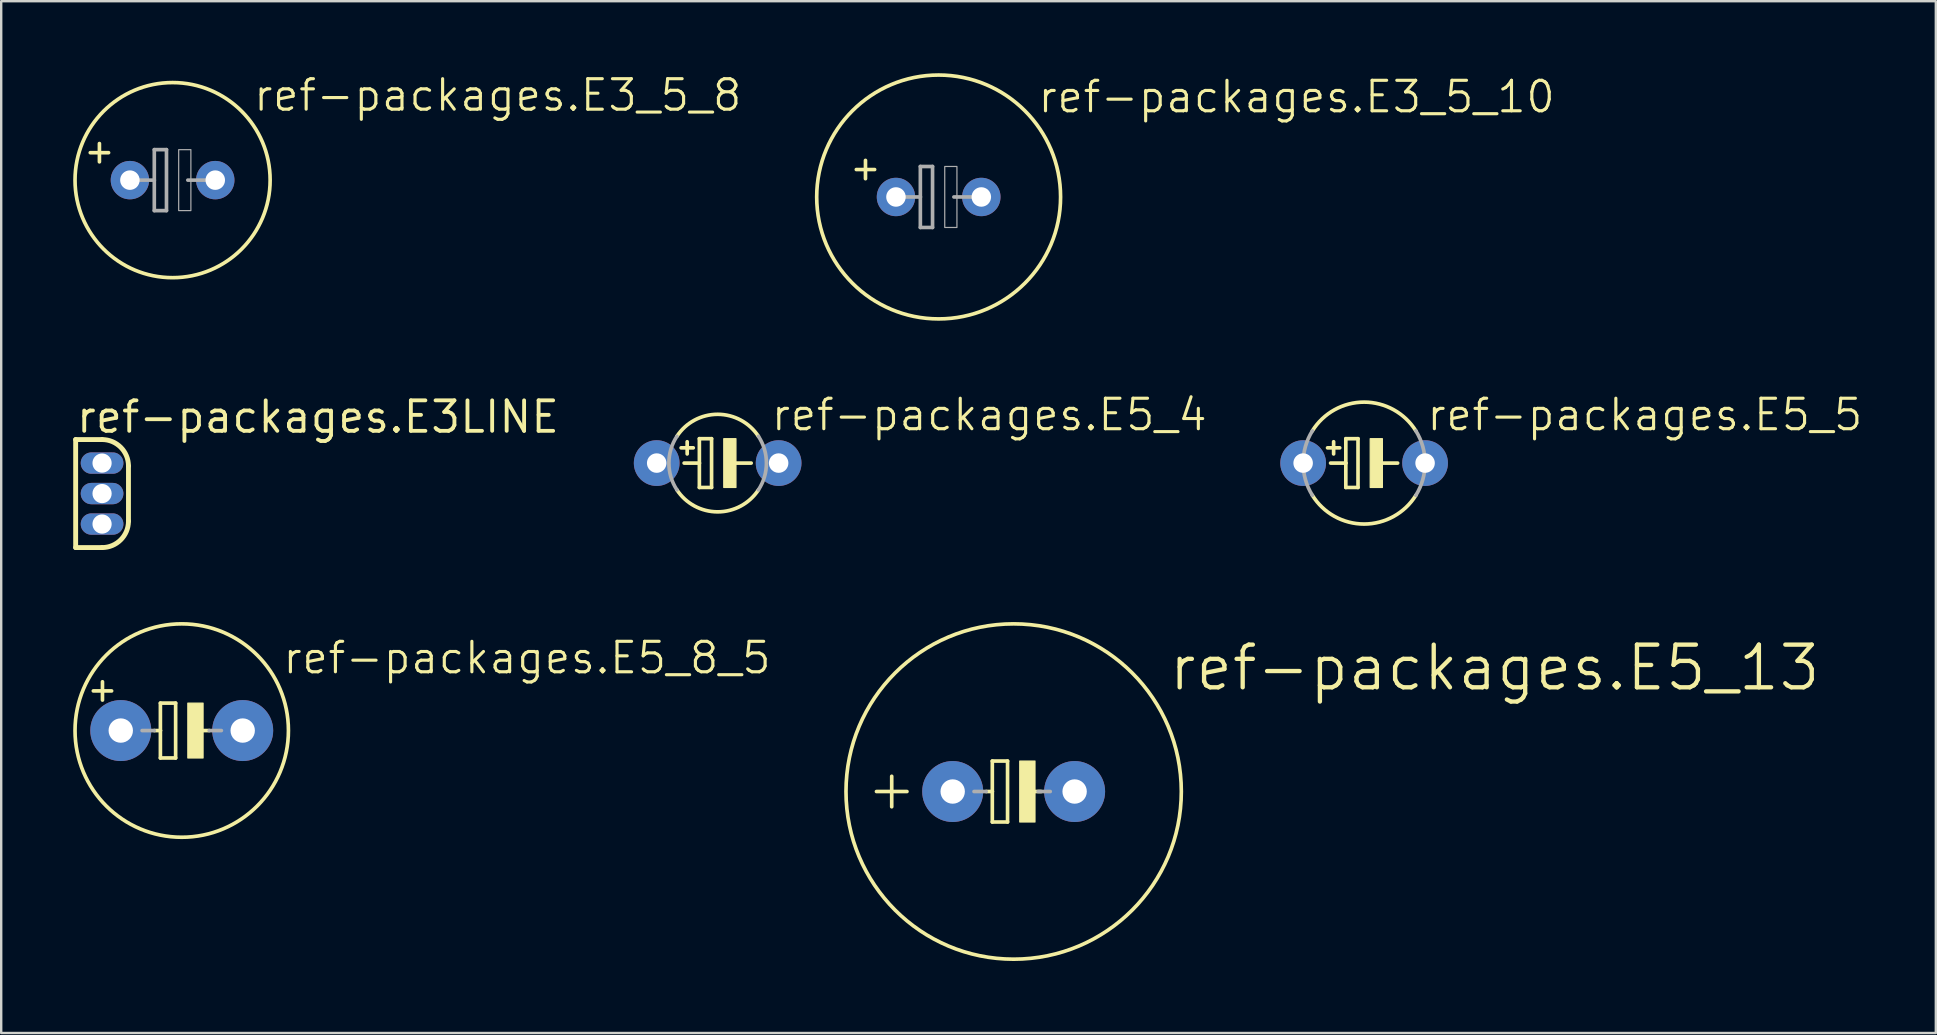
<source format=kicad_pcb>
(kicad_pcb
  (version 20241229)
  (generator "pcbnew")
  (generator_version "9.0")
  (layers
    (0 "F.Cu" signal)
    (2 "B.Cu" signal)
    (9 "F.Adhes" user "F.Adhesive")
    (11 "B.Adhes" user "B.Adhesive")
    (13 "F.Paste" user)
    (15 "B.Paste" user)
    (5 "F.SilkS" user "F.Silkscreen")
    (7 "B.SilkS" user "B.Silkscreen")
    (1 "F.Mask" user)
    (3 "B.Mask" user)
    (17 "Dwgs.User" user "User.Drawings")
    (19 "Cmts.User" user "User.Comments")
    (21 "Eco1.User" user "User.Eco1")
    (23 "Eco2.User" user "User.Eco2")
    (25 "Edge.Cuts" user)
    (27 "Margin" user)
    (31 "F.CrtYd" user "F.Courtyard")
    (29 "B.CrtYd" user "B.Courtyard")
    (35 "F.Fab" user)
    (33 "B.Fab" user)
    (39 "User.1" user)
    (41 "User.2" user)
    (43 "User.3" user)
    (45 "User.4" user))
  (footprint "ref-packages.E5_4"
    (layer "F.Cu")
    (at 26.848 16.242)
    (property "Reference" "ref-packages.E5_4" (at 2.159 -1.27 0) (layer "F.SilkS") (effects (font (size 1.27 1.27) (thickness 0.13)) (justify left bottom)))
    (attr through_hole)
    (fp_line (start -1.524 -0.635) (end -1.016 -0.635) (stroke (width 0.152) (type default)) (layer "F.SilkS"))
    (fp_line (start -1.397 0) (end -0.762 0) (stroke (width 0.152) (type default)) (layer "F.SilkS"))
    (fp_line (start -1.27 -0.381) (end -1.27 -0.889) (stroke (width 0.152) (type default)) (layer "F.SilkS"))
    (fp_line (start -0.762 -1.016) (end -0.762 0) (stroke (width 0.152) (type default)) (layer "F.SilkS"))
    (fp_line (start -0.762 0) (end -0.762 1.016) (stroke (width 0.152) (type default)) (layer "F.SilkS"))
    (fp_line (start -0.762 1.016) (end -0.254 1.016) (stroke (width 0.152) (type default)) (layer "F.SilkS"))
    (fp_line (start -0.254 -1.016) (end -0.762 -1.016) (stroke (width 0.152) (type default)) (layer "F.SilkS"))
    (fp_line (start -0.254 1.016) (end -0.254 -1.016) (stroke (width 0.152) (type default)) (layer "F.SilkS"))
    (fp_line (start 0.635 0) (end 1.397 0) (stroke (width 0.152) (type default)) (layer "F.SilkS"))
    (fp_rect (start 0.254 1.016) (end 0.762 -1.016) (stroke (width 0.05) (type default)) (fill yes) (layer "F.SilkS"))
    (fp_arc (start -1.6985 -1.1153) (mid 0 -2.031944) (end 1.6985 -1.1153) (stroke (width 0.1524) (type default)) (layer "F.SilkS"))
    (fp_arc (start 1.6985 1.1153) (mid 0 2.031944) (end -1.6985 1.1153) (stroke (width 0.1524) (type default)) (layer "F.SilkS"))
    (fp_arc (start -1.6985 1.1153) (mid -2.031944 0) (end -1.6985 -1.1153) (stroke (width 0.1524) (type default)) (layer "F.Fab"))
    (fp_arc (start 1.6985 -1.1153) (mid 2.031944 0) (end 1.6985 1.1153) (stroke (width 0.1524) (type default)) (layer "F.Fab"))
    (pad "+" thru_hole circle (at -2.54 0) (size 1.905 1.905) (drill 0.813) (layers "*.Cu" "*.Mask"))
    (pad "-" thru_hole circle (at 2.54 0) (size 1.905 1.905) (drill 0.813) (layers "*.Cu" "*.Mask")))
  (footprint "ref-packages.E5_8_5"
    (layer "F.Cu")
    (at 4.521 27.385)
    (property "Reference" "ref-packages.E5_8_5" (at 4.14 -2.286 0) (layer "F.SilkS") (effects (font (size 1.27 1.27) (thickness 0.13)) (justify left bottom)))
    (attr through_hole)
    (fp_line (start -3.683 -1.651) (end -2.921 -1.651) (stroke (width 0.152) (type default)) (layer "F.SilkS"))
    (fp_line (start -3.302 -2.032) (end -3.302 -1.27) (stroke (width 0.152) (type default)) (layer "F.SilkS"))
    (fp_line (start -1.143 0) (end -0.889 0) (stroke (width 0.152) (type default)) (layer "F.SilkS"))
    (fp_line (start -0.889 -1.143) (end -0.889 0) (stroke (width 0.152) (type default)) (layer "F.SilkS"))
    (fp_line (start -0.889 0) (end -0.889 1.143) (stroke (width 0.152) (type default)) (layer "F.SilkS"))
    (fp_line (start -0.889 1.143) (end -0.254 1.143) (stroke (width 0.152) (type default)) (layer "F.SilkS"))
    (fp_line (start -0.254 -1.143) (end -0.889 -1.143) (stroke (width 0.152) (type default)) (layer "F.SilkS"))
    (fp_line (start -0.254 1.143) (end -0.254 -1.143) (stroke (width 0.152) (type default)) (layer "F.SilkS"))
    (fp_line (start 0.635 0) (end 1.143 0) (stroke (width 0.152) (type default)) (layer "F.SilkS"))
    (fp_rect (start 0.254 1.143) (end 0.889 -1.143) (stroke (width 0.05) (type default)) (fill yes) (layer "F.SilkS"))
    (fp_circle (center 0 0) (end 4.445 0) (stroke (width 0.152) (type default)) (fill no) (layer "F.SilkS"))
    (fp_line (start -1.651 0) (end -1.143 0) (stroke (width 0.152) (type default)) (layer "F.Fab"))
    (fp_line (start 1.143 0) (end 1.651 0) (stroke (width 0.152) (type default)) (layer "F.Fab"))
    (pad "+" thru_hole circle (at -2.54 0) (size 2.54 2.54) (drill 1.016) (layers "*.Cu" "*.Mask"))
    (pad "-" thru_hole circle (at 2.54 0) (size 2.54 2.54) (drill 1.016) (layers "*.Cu" "*.Mask")))
  (footprint "ref-packages.E3LINE"
    (layer "F.Cu")
    (at 1.202 17.512)
    (property "Reference" "ref-packages.E3LINE" (at -1.15 -2.45 0) (layer "F.SilkS") (effects (font (size 1.27 1.27) (thickness 0.16)) (justify left bottom)))
    (attr through_hole)
    (fp_line (start -1.1 -2.25) (end 0 -2.25) (stroke (width 0.203) (type default)) (layer "F.SilkS"))
    (fp_line (start -1.1 2.25) (end -1.1 -2.25) (stroke (width 0.203) (type default)) (layer "F.SilkS"))
    (fp_line (start 0 2.25) (end -1.1 2.25) (stroke (width 0.203) (type default)) (layer "F.SilkS"))
    (fp_line (start 1.1 -1.15) (end 1.1 1.15) (stroke (width 0.203) (type default)) (layer "F.SilkS"))
    (fp_arc (start 0 -2.25) (mid 0.777817 -1.927817) (end 1.1 -1.15) (stroke (width 0.2032) (type default)) (layer "F.SilkS"))
    (fp_arc (start 1.1 1.15) (mid 0.777817 1.927817) (end 0 2.25) (stroke (width 0.2032) (type default)) (layer "F.SilkS"))
    (pad "1" thru_hole oval (at 0 1.27) (size 1.778 0.889) (drill 0.8) (layers "*.Cu" "*.Mask"))
    (pad "2" thru_hole oval (at 0 0) (size 1.778 0.889) (drill 0.8) (layers "*.Cu" "*.Mask"))
    (pad "3" thru_hole oval (at 0 -1.27) (size 1.778 0.889) (drill 0.8) (layers "*.Cu" "*.Mask")))
  (footprint "ref-packages.E3_5_10"
    (layer "F.Cu")
    (at 36.054 5.156)
    (property "Reference" "ref-packages.E3_5_10" (at 4.064 -3.429 0) (layer "F.SilkS") (effects (font (size 1.27 1.27) (thickness 0.13)) (justify left bottom)))
    (attr through_hole)
    (fp_line (start -3.429 -1.143) (end -2.667 -1.143) (stroke (width 0.152) (type default)) (layer "F.SilkS"))
    (fp_line (start -3.048 -0.762) (end -3.048 -1.524) (stroke (width 0.152) (type default)) (layer "F.SilkS"))
    (fp_circle (center 0 0) (end 5.08 0) (stroke (width 0.152) (type default)) (fill no) (layer "F.SilkS"))
    (fp_line (start -1.651 0) (end -0.762 0) (stroke (width 0.152) (type default)) (layer "F.Fab"))
    (fp_line (start -0.762 -1.27) (end -0.762 0) (stroke (width 0.152) (type default)) (layer "F.Fab"))
    (fp_line (start -0.762 0) (end -0.762 1.27) (stroke (width 0.152) (type default)) (layer "F.Fab"))
    (fp_line (start -0.762 1.27) (end -0.254 1.27) (stroke (width 0.152) (type default)) (layer "F.Fab"))
    (fp_line (start -0.254 -1.27) (end -0.762 -1.27) (stroke (width 0.152) (type default)) (layer "F.Fab"))
    (fp_line (start -0.254 1.27) (end -0.254 -1.27) (stroke (width 0.152) (type default)) (layer "F.Fab"))
    (fp_line (start 0.635 0) (end 1.651 0) (stroke (width 0.152) (type default)) (layer "F.Fab"))
    (fp_rect (start 0.254 1.27) (end 0.762 -1.27) (stroke (width 0.05) (type default)) (fill no) (layer "F.Fab"))
    (pad "+" thru_hole circle (at -1.778 0) (size 1.6 1.6) (drill 0.813) (layers "*.Cu" "*.Mask"))
    (pad "-" thru_hole circle (at 1.778 0) (size 1.6 1.6) (drill 0.813) (layers "*.Cu" "*.Mask")))
  (footprint "ref-packages.E5_5"
    (layer "F.Cu")
    (at 53.779 16.242)
    (property "Reference" "ref-packages.E5_5" (at 2.54 -1.27 0) (layer "F.SilkS") (effects (font (size 1.27 1.27) (thickness 0.13)) (justify left bottom)))
    (attr through_hole)
    (fp_line (start -1.524 -0.635) (end -1.016 -0.635) (stroke (width 0.152) (type default)) (layer "F.SilkS"))
    (fp_line (start -1.397 0) (end -0.762 0) (stroke (width 0.152) (type default)) (layer "F.SilkS"))
    (fp_line (start -1.27 -0.381) (end -1.27 -0.889) (stroke (width 0.152) (type default)) (layer "F.SilkS"))
    (fp_line (start -0.762 -1.016) (end -0.762 0) (stroke (width 0.152) (type default)) (layer "F.SilkS"))
    (fp_line (start -0.762 0) (end -0.762 1.016) (stroke (width 0.152) (type default)) (layer "F.SilkS"))
    (fp_line (start -0.762 1.016) (end -0.254 1.016) (stroke (width 0.152) (type default)) (layer "F.SilkS"))
    (fp_line (start -0.254 -1.016) (end -0.762 -1.016) (stroke (width 0.152) (type default)) (layer "F.SilkS"))
    (fp_line (start -0.254 1.016) (end -0.254 -1.016) (stroke (width 0.152) (type default)) (layer "F.SilkS"))
    (fp_line (start 0.635 0) (end 1.397 0) (stroke (width 0.152) (type default)) (layer "F.SilkS"))
    (fp_rect (start 0.254 1.016) (end 0.762 -1.016) (stroke (width 0.05) (type default)) (fill yes) (layer "F.SilkS"))
    (fp_arc (start -2.1557 -1.3432) (mid 0 -2.539927) (end 2.1557 -1.3432) (stroke (width 0.1524) (type default)) (layer "F.SilkS"))
    (fp_arc (start 2.1557 1.3432) (mid 0 2.539927) (end -2.1557 1.3432) (stroke (width 0.1524) (type default)) (layer "F.SilkS"))
    (fp_arc (start -2.1557 1.3432) (mid -2.539927 0) (end -2.1557 -1.3432) (stroke (width 0.1524) (type default)) (layer "F.Fab"))
    (fp_arc (start 2.1557 -1.3432) (mid 2.539927 0) (end 2.1557 1.3432) (stroke (width 0.1524) (type default)) (layer "F.Fab"))
    (pad "+" thru_hole circle (at -2.54 0) (size 1.905 1.905) (drill 0.813) (layers "*.Cu" "*.Mask"))
    (pad "-" thru_hole circle (at 2.54 0) (size 1.905 1.905) (drill 0.813) (layers "*.Cu" "*.Mask")))
  (footprint "ref-packages.E3_5_8"
    (layer "F.Cu")
    (at 4.14 4.454)
    (property "Reference" "ref-packages.E3_5_8" (at 3.302 -2.794 0) (layer "F.SilkS") (effects (font (size 1.27 1.27) (thickness 0.13)) (justify left bottom)))
    (attr through_hole)
    (fp_line (start -3.429 -1.143) (end -2.667 -1.143) (stroke (width 0.152) (type default)) (layer "F.SilkS"))
    (fp_line (start -3.048 -0.762) (end -3.048 -1.524) (stroke (width 0.152) (type default)) (layer "F.SilkS"))
    (fp_circle (center 0 0) (end 4.064 0) (stroke (width 0.152) (type default)) (fill no) (layer "F.SilkS"))
    (fp_line (start -1.651 0) (end -0.762 0) (stroke (width 0.152) (type default)) (layer "F.Fab"))
    (fp_line (start -0.762 -1.27) (end -0.762 0) (stroke (width 0.152) (type default)) (layer "F.Fab"))
    (fp_line (start -0.762 0) (end -0.762 1.27) (stroke (width 0.152) (type default)) (layer "F.Fab"))
    (fp_line (start -0.762 1.27) (end -0.254 1.27) (stroke (width 0.152) (type default)) (layer "F.Fab"))
    (fp_line (start -0.254 -1.27) (end -0.762 -1.27) (stroke (width 0.152) (type default)) (layer "F.Fab"))
    (fp_line (start -0.254 1.27) (end -0.254 -1.27) (stroke (width 0.152) (type default)) (layer "F.Fab"))
    (fp_line (start 0.635 0) (end 1.651 0) (stroke (width 0.152) (type default)) (layer "F.Fab"))
    (fp_rect (start 0.254 1.27) (end 0.762 -1.27) (stroke (width 0.05) (type default)) (fill no) (layer "F.Fab"))
    (pad "+" thru_hole circle (at -1.778 0) (size 1.6 1.6) (drill 0.813) (layers "*.Cu" "*.Mask"))
    (pad "-" thru_hole circle (at 1.778 0) (size 1.6 1.6) (drill 0.813) (layers "*.Cu" "*.Mask")))
  (footprint "ref-packages.E5_13"
    (layer "F.Cu")
    (at 39.179 29.925)
    (property "Reference" "ref-packages.E5_13" (at 6.375 -4.115 0) (layer "F.SilkS") (effects (font (size 1.778 1.778) (thickness 0.18)) (justify left bottom)))
    (attr through_hole)
    (fp_line (start -5.715 0) (end -4.445 0) (stroke (width 0.152) (type default)) (layer "F.SilkS"))
    (fp_line (start -5.08 0.635) (end -5.08 -0.635) (stroke (width 0.152) (type default)) (layer "F.SilkS"))
    (fp_line (start -1.143 0) (end -0.889 0) (stroke (width 0.152) (type default)) (layer "F.SilkS"))
    (fp_line (start -0.889 -1.27) (end -0.889 0) (stroke (width 0.152) (type default)) (layer "F.SilkS"))
    (fp_line (start -0.889 0) (end -0.889 1.27) (stroke (width 0.152) (type default)) (layer "F.SilkS"))
    (fp_line (start -0.889 1.27) (end -0.254 1.27) (stroke (width 0.152) (type default)) (layer "F.SilkS"))
    (fp_line (start -0.254 -1.27) (end -0.889 -1.27) (stroke (width 0.152) (type default)) (layer "F.SilkS"))
    (fp_line (start -0.254 1.27) (end -0.254 -1.27) (stroke (width 0.152) (type default)) (layer "F.SilkS"))
    (fp_line (start 0.635 0) (end 1.143 0) (stroke (width 0.152) (type default)) (layer "F.SilkS"))
    (fp_rect (start 0.254 1.27) (end 0.889 -1.27) (stroke (width 0.05) (type default)) (fill yes) (layer "F.SilkS"))
    (fp_circle (center 0 0) (end 6.985 0) (stroke (width 0.152) (type default)) (fill no) (layer "F.SilkS"))
    (fp_line (start -1.651 0) (end -1.143 0) (stroke (width 0.152) (type default)) (layer "F.Fab"))
    (fp_line (start 1.016 0) (end 1.524 0) (stroke (width 0.152) (type default)) (layer "F.Fab"))
    (pad "+" thru_hole circle (at -2.54 0) (size 2.54 2.54) (drill 1.016) (layers "*.Cu" "*.Mask"))
    (pad "-" thru_hole circle (at 2.54 0) (size 2.54 2.54) (drill 1.016) (layers "*.Cu" "*.Mask")))
  (gr_rect
    (start -3 -3)
    (end 77.597 39.986)
    (stroke (width 0.1) (type default))
    (fill no)
    (layer "Edge.Cuts")))
</source>
